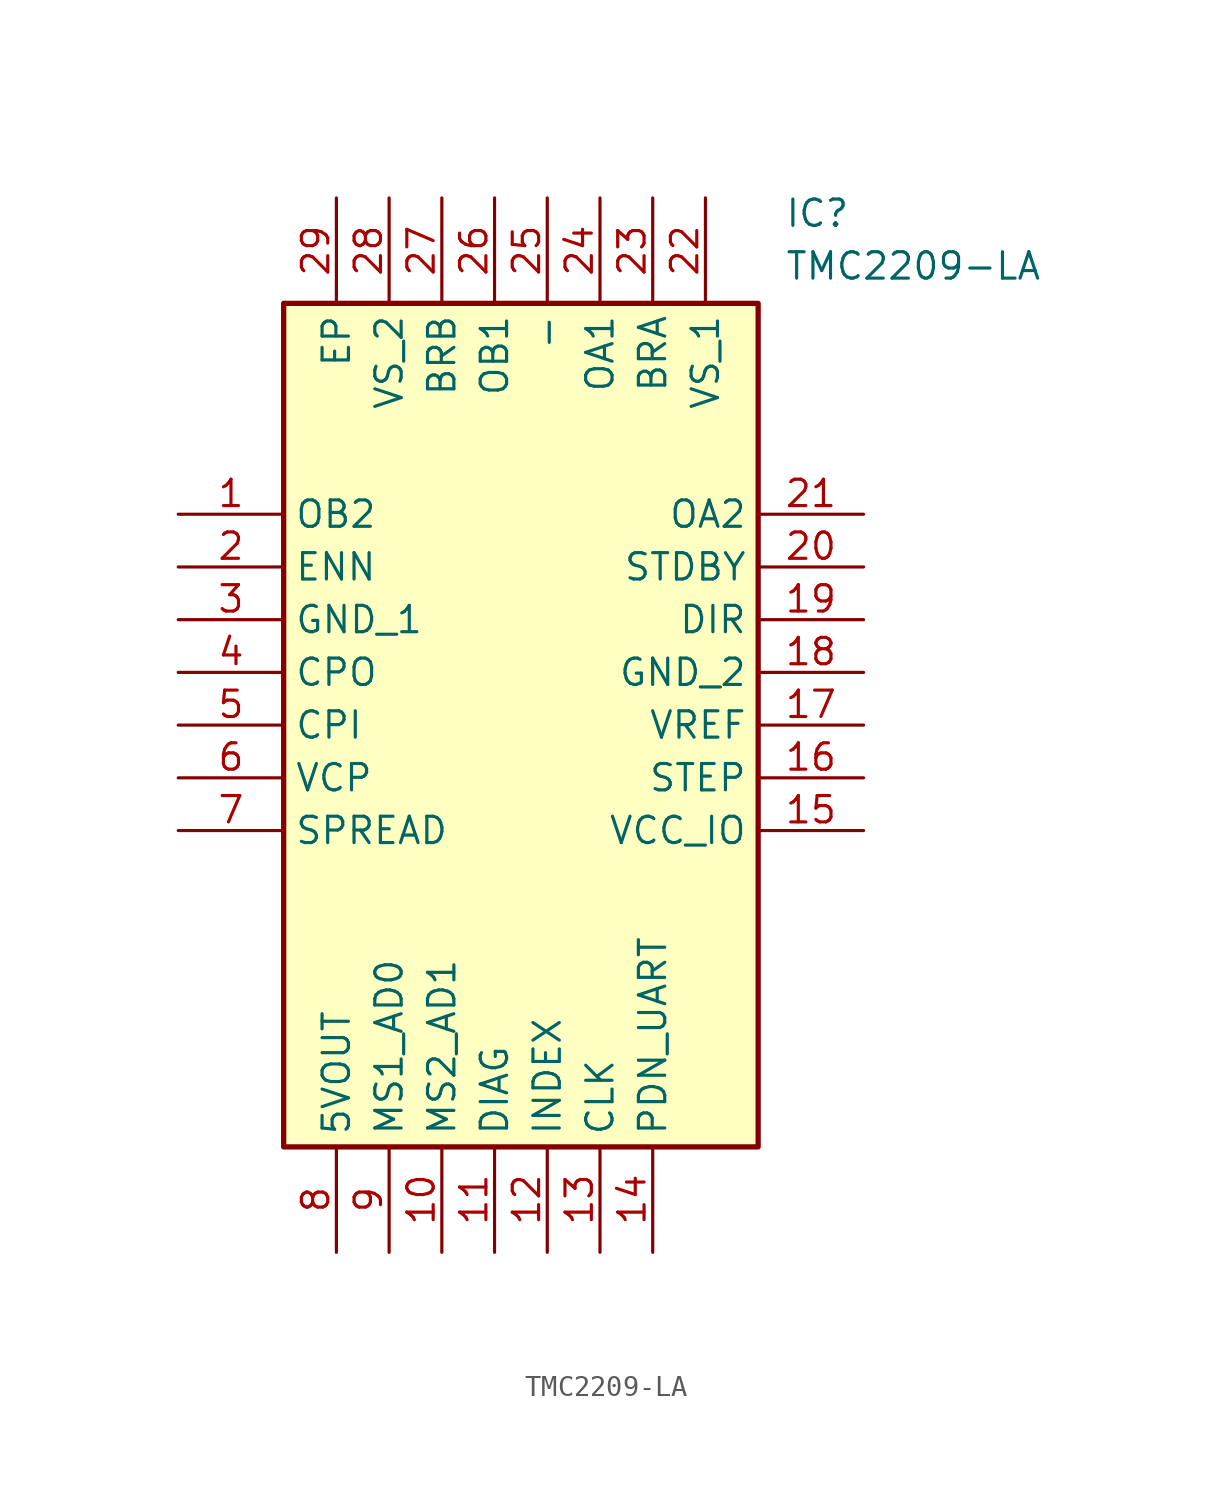
<source format=kicad_sym>
(kicad_symbol_lib
  (version 20211014)
  (generator SamacSys_ECAD_Model)
  (symbol "TMC2209-LA"
    (property "Reference" "IC"
      (at 29.21 15.24 0)
      (effects (font (size 1.27 1.27)) (justify left top)))
    (property "Value" "TMC2209-LA"
      (at 29.21 12.7 0)
      (effects (font (size 1.27 1.27)) (justify left top)))
    (rectangle
      (start 5.08 10.16)
      (end 27.94 -30.48)
      (stroke (width 0.254) (type default))
      (fill (type background)))
    (pin passive line
      (at 0 0 0)
      (length 5.08)
      (name "OB2" (effects (font (size 1.27 1.27))))
      (number "1" (effects (font (size 1.27 1.27)))))
    (pin passive line
      (at 0 -2.54 0)
      (length 5.08)
      (name "ENN" (effects (font (size 1.27 1.27))))
      (number "2" (effects (font (size 1.27 1.27)))))
    (pin passive line
      (at 0 -5.08 0)
      (length 5.08)
      (name "GND_1" (effects (font (size 1.27 1.27))))
      (number "3" (effects (font (size 1.27 1.27)))))
    (pin passive line
      (at 0 -7.62 0)
      (length 5.08)
      (name "CPO" (effects (font (size 1.27 1.27))))
      (number "4" (effects (font (size 1.27 1.27)))))
    (pin passive line
      (at 0 -10.16 0)
      (length 5.08)
      (name "CPI" (effects (font (size 1.27 1.27))))
      (number "5" (effects (font (size 1.27 1.27)))))
    (pin passive line
      (at 0 -12.7 0)
      (length 5.08)
      (name "VCP" (effects (font (size 1.27 1.27))))
      (number "6" (effects (font (size 1.27 1.27)))))
    (pin passive line
      (at 0 -15.24 0)
      (length 5.08)
      (name "SPREAD" (effects (font (size 1.27 1.27))))
      (number "7" (effects (font (size 1.27 1.27)))))
    (pin passive line
      (at 7.62 -35.56 90)
      (length 5.08)
      (name "5VOUT" (effects (font (size 1.27 1.27))))
      (number "8" (effects (font (size 1.27 1.27)))))
    (pin passive line
      (at 10.16 -35.56 90)
      (length 5.08)
      (name "MS1_AD0" (effects (font (size 1.27 1.27))))
      (number "9" (effects (font (size 1.27 1.27)))))
    (pin passive line
      (at 12.7 -35.56 90)
      (length 5.08)
      (name "MS2_AD1" (effects (font (size 1.27 1.27))))
      (number "10" (effects (font (size 1.27 1.27)))))
    (pin passive line
      (at 15.24 -35.56 90)
      (length 5.08)
      (name "DIAG" (effects (font (size 1.27 1.27))))
      (number "11" (effects (font (size 1.27 1.27)))))
    (pin passive line
      (at 17.78 -35.56 90)
      (length 5.08)
      (name "INDEX" (effects (font (size 1.27 1.27))))
      (number "12" (effects (font (size 1.27 1.27)))))
    (pin passive line
      (at 20.32 -35.56 90)
      (length 5.08)
      (name "CLK" (effects (font (size 1.27 1.27))))
      (number "13" (effects (font (size 1.27 1.27)))))
    (pin passive line
      (at 22.86 -35.56 90)
      (length 5.08)
      (name "PDN_UART" (effects (font (size 1.27 1.27))))
      (number "14" (effects (font (size 1.27 1.27)))))
    (pin passive line
      (at 33.02 0 180)
      (length 5.08)
      (name "OA2" (effects (font (size 1.27 1.27))))
      (number "21" (effects (font (size 1.27 1.27)))))
    (pin passive line
      (at 33.02 -2.54 180)
      (length 5.08)
      (name "STDBY" (effects (font (size 1.27 1.27))))
      (number "20" (effects (font (size 1.27 1.27)))))
    (pin passive line
      (at 33.02 -5.08 180)
      (length 5.08)
      (name "DIR" (effects (font (size 1.27 1.27))))
      (number "19" (effects (font (size 1.27 1.27)))))
    (pin passive line
      (at 33.02 -7.62 180)
      (length 5.08)
      (name "GND_2" (effects (font (size 1.27 1.27))))
      (number "18" (effects (font (size 1.27 1.27)))))
    (pin passive line
      (at 33.02 -10.16 180)
      (length 5.08)
      (name "VREF" (effects (font (size 1.27 1.27))))
      (number "17" (effects (font (size 1.27 1.27)))))
    (pin passive line
      (at 33.02 -12.7 180)
      (length 5.08)
      (name "STEP" (effects (font (size 1.27 1.27))))
      (number "16" (effects (font (size 1.27 1.27)))))
    (pin passive line
      (at 33.02 -15.24 180)
      (length 5.08)
      (name "VCC_IO" (effects (font (size 1.27 1.27))))
      (number "15" (effects (font (size 1.27 1.27)))))
    (pin passive line
      (at 7.62 15.24 270)
      (length 5.08)
      (name "EP" (effects (font (size 1.27 1.27))))
      (number "29" (effects (font (size 1.27 1.27)))))
    (pin passive line
      (at 10.16 15.24 270)
      (length 5.08)
      (name "VS_2" (effects (font (size 1.27 1.27))))
      (number "28" (effects (font (size 1.27 1.27)))))
    (pin passive line
      (at 12.7 15.24 270)
      (length 5.08)
      (name "BRB" (effects (font (size 1.27 1.27))))
      (number "27" (effects (font (size 1.27 1.27)))))
    (pin passive line
      (at 15.24 15.24 270)
      (length 5.08)
      (name "OB1" (effects (font (size 1.27 1.27))))
      (number "26" (effects (font (size 1.27 1.27)))))
    (pin passive line
      (at 17.78 15.24 270)
      (length 5.08)
      (name "-" (effects (font (size 1.27 1.27))))
      (number "25" (effects (font (size 1.27 1.27)))))
    (pin passive line
      (at 20.32 15.24 270)
      (length 5.08)
      (name "OA1" (effects (font (size 1.27 1.27))))
      (number "24" (effects (font (size 1.27 1.27)))))
    (pin passive line
      (at 22.86 15.24 270)
      (length 5.08)
      (name "BRA" (effects (font (size 1.27 1.27))))
      (number "23" (effects (font (size 1.27 1.27)))))
    (pin passive line
      (at 25.4 15.24 270)
      (length 5.08)
      (name "VS_1" (effects (font (size 1.27 1.27))))
      (number "22" (effects (font (size 1.27 1.27)))))))
</source>
